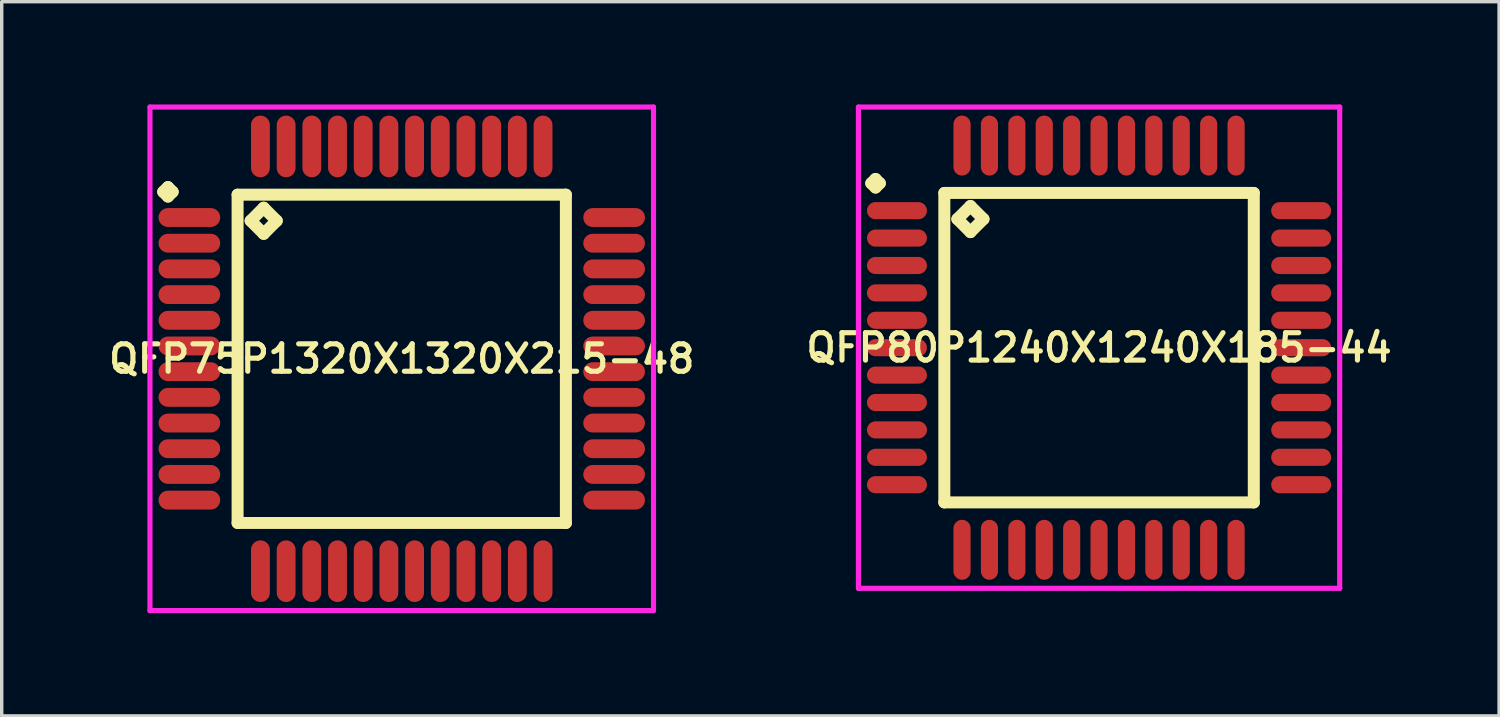
<source format=kicad_pcb>
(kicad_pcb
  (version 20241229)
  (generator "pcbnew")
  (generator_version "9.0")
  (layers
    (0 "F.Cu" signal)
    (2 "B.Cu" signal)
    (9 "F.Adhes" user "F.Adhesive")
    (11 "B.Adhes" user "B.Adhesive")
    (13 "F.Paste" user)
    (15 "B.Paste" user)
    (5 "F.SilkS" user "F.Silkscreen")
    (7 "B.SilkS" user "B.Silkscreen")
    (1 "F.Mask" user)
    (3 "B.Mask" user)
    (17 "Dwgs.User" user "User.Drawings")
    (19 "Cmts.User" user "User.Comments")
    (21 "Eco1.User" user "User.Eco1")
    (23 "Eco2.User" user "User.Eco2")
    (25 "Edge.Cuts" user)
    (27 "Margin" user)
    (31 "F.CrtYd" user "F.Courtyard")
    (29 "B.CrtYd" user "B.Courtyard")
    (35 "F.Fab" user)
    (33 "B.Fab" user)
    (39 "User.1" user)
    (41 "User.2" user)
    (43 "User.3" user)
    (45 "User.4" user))
  (footprint "QFP75P1320X1320X215-48"
    (layer "F.Cu")
    (at 8.678 7.425)
    (property "Reference" "QFP75P1320X1320X215-48" (at 0 0 0) (layer "F.SilkS") (effects (font (size 0.8 0.8) (thickness 0.15))))
    (attr smd)
    (fp_line (start -6.963 -4.875) (end -6.825 -5.013) (stroke (width 0.35) (type solid)) (layer "F.SilkS"))
    (fp_line (start -6.825 -5.013) (end -6.688 -4.875) (stroke (width 0.35) (type solid)) (layer "F.SilkS"))
    (fp_line (start -6.825 -4.737) (end -6.963 -4.875) (stroke (width 0.35) (type solid)) (layer "F.SilkS"))
    (fp_line (start -6.688 -4.875) (end -6.825 -4.737) (stroke (width 0.35) (type solid)) (layer "F.SilkS"))
    (fp_line (start -4.792 -4.792) (end -4.792 4.792) (stroke (width 0.35) (type solid)) (layer "F.SilkS"))
    (fp_line (start -4.792 4.792) (end 4.792 4.792) (stroke (width 0.35) (type solid)) (layer "F.SilkS"))
    (fp_line (start -4.411 -4.03) (end -4.03 -4.411) (stroke (width 0.35) (type solid)) (layer "F.SilkS"))
    (fp_line (start -4.03 -4.411) (end -3.649 -4.03) (stroke (width 0.35) (type solid)) (layer "F.SilkS"))
    (fp_line (start -4.03 -3.649) (end -4.411 -4.03) (stroke (width 0.35) (type solid)) (layer "F.SilkS"))
    (fp_line (start -3.649 -4.03) (end -4.03 -3.649) (stroke (width 0.35) (type solid)) (layer "F.SilkS"))
    (fp_line (start 4.792 -4.792) (end -4.792 -4.792) (stroke (width 0.35) (type solid)) (layer "F.SilkS"))
    (fp_line (start 4.792 4.792) (end 4.792 -4.792) (stroke (width 0.35) (type solid)) (layer "F.SilkS"))
    (fp_line (start -7.35 -7.35) (end 7.35 -7.35) (stroke (width 0.15) (type solid)) (layer "F.CrtYd"))
    (fp_line (start -7.35 7.35) (end -7.35 -7.35) (stroke (width 0.15) (type solid)) (layer "F.CrtYd"))
    (fp_line (start 7.35 -7.35) (end 7.35 7.35) (stroke (width 0.15) (type solid)) (layer "F.CrtYd"))
    (fp_line (start 7.35 7.35) (end -7.35 7.35) (stroke (width 0.15) (type solid)) (layer "F.CrtYd"))
    (pad "1" smd oval (at -6.2 -4.125) (size 1.8 0.55) (layers "F.Cu" "F.Mask" "F.Paste"))
    (pad "2" smd oval (at -6.2 -3.375) (size 1.8 0.55) (layers "F.Cu" "F.Mask" "F.Paste"))
    (pad "3" smd oval (at -6.2 -2.625) (size 1.8 0.55) (layers "F.Cu" "F.Mask" "F.Paste"))
    (pad "4" smd oval (at -6.2 -1.875) (size 1.8 0.55) (layers "F.Cu" "F.Mask" "F.Paste"))
    (pad "5" smd oval (at -6.2 -1.125) (size 1.8 0.55) (layers "F.Cu" "F.Mask" "F.Paste"))
    (pad "6" smd oval (at -6.2 -0.375) (size 1.8 0.55) (layers "F.Cu" "F.Mask" "F.Paste"))
    (pad "7" smd oval (at -6.2 0.375) (size 1.8 0.55) (layers "F.Cu" "F.Mask" "F.Paste"))
    (pad "8" smd oval (at -6.2 1.125) (size 1.8 0.55) (layers "F.Cu" "F.Mask" "F.Paste"))
    (pad "9" smd oval (at -6.2 1.875) (size 1.8 0.55) (layers "F.Cu" "F.Mask" "F.Paste"))
    (pad "10" smd oval (at -6.2 2.625) (size 1.8 0.55) (layers "F.Cu" "F.Mask" "F.Paste"))
    (pad "11" smd oval (at -6.2 3.375) (size 1.8 0.55) (layers "F.Cu" "F.Mask" "F.Paste"))
    (pad "12" smd oval (at -6.2 4.125) (size 1.8 0.55) (layers "F.Cu" "F.Mask" "F.Paste"))
    (pad "13" smd oval (at -4.125 6.2) (size 0.55 1.8) (layers "F.Cu" "F.Mask" "F.Paste"))
    (pad "14" smd oval (at -3.375 6.2) (size 0.55 1.8) (layers "F.Cu" "F.Mask" "F.Paste"))
    (pad "15" smd oval (at -2.625 6.2) (size 0.55 1.8) (layers "F.Cu" "F.Mask" "F.Paste"))
    (pad "16" smd oval (at -1.875 6.2) (size 0.55 1.8) (layers "F.Cu" "F.Mask" "F.Paste"))
    (pad "17" smd oval (at -1.125 6.2) (size 0.55 1.8) (layers "F.Cu" "F.Mask" "F.Paste"))
    (pad "18" smd oval (at -0.375 6.2) (size 0.55 1.8) (layers "F.Cu" "F.Mask" "F.Paste"))
    (pad "19" smd oval (at 0.375 6.2) (size 0.55 1.8) (layers "F.Cu" "F.Mask" "F.Paste"))
    (pad "20" smd oval (at 1.125 6.2) (size 0.55 1.8) (layers "F.Cu" "F.Mask" "F.Paste"))
    (pad "21" smd oval (at 1.875 6.2) (size 0.55 1.8) (layers "F.Cu" "F.Mask" "F.Paste"))
    (pad "22" smd oval (at 2.625 6.2) (size 0.55 1.8) (layers "F.Cu" "F.Mask" "F.Paste"))
    (pad "23" smd oval (at 3.375 6.2) (size 0.55 1.8) (layers "F.Cu" "F.Mask" "F.Paste"))
    (pad "24" smd oval (at 4.125 6.2) (size 0.55 1.8) (layers "F.Cu" "F.Mask" "F.Paste"))
    (pad "25" smd oval (at 6.2 4.125) (size 1.8 0.55) (layers "F.Cu" "F.Mask" "F.Paste"))
    (pad "26" smd oval (at 6.2 3.375) (size 1.8 0.55) (layers "F.Cu" "F.Mask" "F.Paste"))
    (pad "27" smd oval (at 6.2 2.625) (size 1.8 0.55) (layers "F.Cu" "F.Mask" "F.Paste"))
    (pad "28" smd oval (at 6.2 1.875) (size 1.8 0.55) (layers "F.Cu" "F.Mask" "F.Paste"))
    (pad "29" smd oval (at 6.2 1.125) (size 1.8 0.55) (layers "F.Cu" "F.Mask" "F.Paste"))
    (pad "30" smd oval (at 6.2 0.375) (size 1.8 0.55) (layers "F.Cu" "F.Mask" "F.Paste"))
    (pad "31" smd oval (at 6.2 -0.375) (size 1.8 0.55) (layers "F.Cu" "F.Mask" "F.Paste"))
    (pad "32" smd oval (at 6.2 -1.125) (size 1.8 0.55) (layers "F.Cu" "F.Mask" "F.Paste"))
    (pad "33" smd oval (at 6.2 -1.875) (size 1.8 0.55) (layers "F.Cu" "F.Mask" "F.Paste"))
    (pad "34" smd oval (at 6.2 -2.625) (size 1.8 0.55) (layers "F.Cu" "F.Mask" "F.Paste"))
    (pad "35" smd oval (at 6.2 -3.375) (size 1.8 0.55) (layers "F.Cu" "F.Mask" "F.Paste"))
    (pad "36" smd oval (at 6.2 -4.125) (size 1.8 0.55) (layers "F.Cu" "F.Mask" "F.Paste"))
    (pad "37" smd oval (at 4.125 -6.2) (size 0.55 1.8) (layers "F.Cu" "F.Mask" "F.Paste"))
    (pad "38" smd oval (at 3.375 -6.2) (size 0.55 1.8) (layers "F.Cu" "F.Mask" "F.Paste"))
    (pad "39" smd oval (at 2.625 -6.2) (size 0.55 1.8) (layers "F.Cu" "F.Mask" "F.Paste"))
    (pad "40" smd oval (at 1.875 -6.2) (size 0.55 1.8) (layers "F.Cu" "F.Mask" "F.Paste"))
    (pad "41" smd oval (at 1.125 -6.2) (size 0.55 1.8) (layers "F.Cu" "F.Mask" "F.Paste"))
    (pad "42" smd oval (at 0.375 -6.2) (size 0.55 1.8) (layers "F.Cu" "F.Mask" "F.Paste"))
    (pad "43" smd oval (at -0.375 -6.2) (size 0.55 1.8) (layers "F.Cu" "F.Mask" "F.Paste"))
    (pad "44" smd oval (at -1.125 -6.2) (size 0.55 1.8) (layers "F.Cu" "F.Mask" "F.Paste"))
    (pad "45" smd oval (at -1.875 -6.2) (size 0.55 1.8) (layers "F.Cu" "F.Mask" "F.Paste"))
    (pad "46" smd oval (at -2.625 -6.2) (size 0.55 1.8) (layers "F.Cu" "F.Mask" "F.Paste"))
    (pad "47" smd oval (at -3.375 -6.2) (size 0.55 1.8) (layers "F.Cu" "F.Mask" "F.Paste"))
    (pad "48" smd oval (at -4.125 -6.2) (size 0.55 1.8) (layers "F.Cu" "F.Mask" "F.Paste")))
  (footprint "QFP80P1240X1240X185-44"
    (layer "F.Cu")
    (at 29.035 7.1)
    (property "Reference" "QFP80P1240X1240X185-44" (at 0 0 0) (layer "F.SilkS") (effects (font (size 0.8 0.8) (thickness 0.15))))
    (attr smd)
    (fp_line (start -6.65 -4.8) (end -6.525 -4.925) (stroke (width 0.35) (type solid)) (layer "F.SilkS"))
    (fp_line (start -6.525 -4.925) (end -6.4 -4.8) (stroke (width 0.35) (type solid)) (layer "F.SilkS"))
    (fp_line (start -6.525 -4.675) (end -6.65 -4.8) (stroke (width 0.35) (type solid)) (layer "F.SilkS"))
    (fp_line (start -6.4 -4.8) (end -6.525 -4.675) (stroke (width 0.35) (type solid)) (layer "F.SilkS"))
    (fp_line (start -4.517 -4.517) (end -4.517 4.517) (stroke (width 0.35) (type solid)) (layer "F.SilkS"))
    (fp_line (start -4.517 4.517) (end 4.517 4.517) (stroke (width 0.35) (type solid)) (layer "F.SilkS"))
    (fp_line (start -4.136 -3.755) (end -3.755 -4.136) (stroke (width 0.35) (type solid)) (layer "F.SilkS"))
    (fp_line (start -3.755 -4.136) (end -3.374 -3.755) (stroke (width 0.35) (type solid)) (layer "F.SilkS"))
    (fp_line (start -3.755 -3.374) (end -4.136 -3.755) (stroke (width 0.35) (type solid)) (layer "F.SilkS"))
    (fp_line (start -3.374 -3.755) (end -3.755 -3.374) (stroke (width 0.35) (type solid)) (layer "F.SilkS"))
    (fp_line (start 4.517 -4.517) (end -4.517 -4.517) (stroke (width 0.35) (type solid)) (layer "F.SilkS"))
    (fp_line (start 4.517 4.517) (end 4.517 -4.517) (stroke (width 0.35) (type solid)) (layer "F.SilkS"))
    (fp_line (start -7.025 -7.025) (end 7.025 -7.025) (stroke (width 0.15) (type solid)) (layer "F.CrtYd"))
    (fp_line (start -7.025 7.025) (end -7.025 -7.025) (stroke (width 0.15) (type solid)) (layer "F.CrtYd"))
    (fp_line (start 7.025 -7.025) (end 7.025 7.025) (stroke (width 0.15) (type solid)) (layer "F.CrtYd"))
    (fp_line (start 7.025 7.025) (end -7.025 7.025) (stroke (width 0.15) (type solid)) (layer "F.CrtYd"))
    (pad "1" smd oval (at -5.9 -4) (size 1.75 0.5) (layers "F.Cu" "F.Mask" "F.Paste"))
    (pad "2" smd oval (at -5.9 -3.2) (size 1.75 0.5) (layers "F.Cu" "F.Mask" "F.Paste"))
    (pad "3" smd oval (at -5.9 -2.4) (size 1.75 0.5) (layers "F.Cu" "F.Mask" "F.Paste"))
    (pad "4" smd oval (at -5.9 -1.6) (size 1.75 0.5) (layers "F.Cu" "F.Mask" "F.Paste"))
    (pad "5" smd oval (at -5.9 -0.8) (size 1.75 0.5) (layers "F.Cu" "F.Mask" "F.Paste"))
    (pad "6" smd oval (at -5.9 0) (size 1.75 0.5) (layers "F.Cu" "F.Mask" "F.Paste"))
    (pad "7" smd oval (at -5.9 0.8) (size 1.75 0.5) (layers "F.Cu" "F.Mask" "F.Paste"))
    (pad "8" smd oval (at -5.9 1.6) (size 1.75 0.5) (layers "F.Cu" "F.Mask" "F.Paste"))
    (pad "9" smd oval (at -5.9 2.4) (size 1.75 0.5) (layers "F.Cu" "F.Mask" "F.Paste"))
    (pad "10" smd oval (at -5.9 3.2) (size 1.75 0.5) (layers "F.Cu" "F.Mask" "F.Paste"))
    (pad "11" smd oval (at -5.9 4) (size 1.75 0.5) (layers "F.Cu" "F.Mask" "F.Paste"))
    (pad "12" smd oval (at -4 5.9) (size 0.5 1.75) (layers "F.Cu" "F.Mask" "F.Paste"))
    (pad "13" smd oval (at -3.2 5.9) (size 0.5 1.75) (layers "F.Cu" "F.Mask" "F.Paste"))
    (pad "14" smd oval (at -2.4 5.9) (size 0.5 1.75) (layers "F.Cu" "F.Mask" "F.Paste"))
    (pad "15" smd oval (at -1.6 5.9) (size 0.5 1.75) (layers "F.Cu" "F.Mask" "F.Paste"))
    (pad "16" smd oval (at -0.8 5.9) (size 0.5 1.75) (layers "F.Cu" "F.Mask" "F.Paste"))
    (pad "17" smd oval (at 0 5.9) (size 0.5 1.75) (layers "F.Cu" "F.Mask" "F.Paste"))
    (pad "18" smd oval (at 0.8 5.9) (size 0.5 1.75) (layers "F.Cu" "F.Mask" "F.Paste"))
    (pad "19" smd oval (at 1.6 5.9) (size 0.5 1.75) (layers "F.Cu" "F.Mask" "F.Paste"))
    (pad "20" smd oval (at 2.4 5.9) (size 0.5 1.75) (layers "F.Cu" "F.Mask" "F.Paste"))
    (pad "21" smd oval (at 3.2 5.9) (size 0.5 1.75) (layers "F.Cu" "F.Mask" "F.Paste"))
    (pad "22" smd oval (at 4 5.9) (size 0.5 1.75) (layers "F.Cu" "F.Mask" "F.Paste"))
    (pad "23" smd oval (at 5.9 4) (size 1.75 0.5) (layers "F.Cu" "F.Mask" "F.Paste"))
    (pad "24" smd oval (at 5.9 3.2) (size 1.75 0.5) (layers "F.Cu" "F.Mask" "F.Paste"))
    (pad "25" smd oval (at 5.9 2.4) (size 1.75 0.5) (layers "F.Cu" "F.Mask" "F.Paste"))
    (pad "26" smd oval (at 5.9 1.6) (size 1.75 0.5) (layers "F.Cu" "F.Mask" "F.Paste"))
    (pad "27" smd oval (at 5.9 0.8) (size 1.75 0.5) (layers "F.Cu" "F.Mask" "F.Paste"))
    (pad "28" smd oval (at 5.9 0) (size 1.75 0.5) (layers "F.Cu" "F.Mask" "F.Paste"))
    (pad "29" smd oval (at 5.9 -0.8) (size 1.75 0.5) (layers "F.Cu" "F.Mask" "F.Paste"))
    (pad "30" smd oval (at 5.9 -1.6) (size 1.75 0.5) (layers "F.Cu" "F.Mask" "F.Paste"))
    (pad "31" smd oval (at 5.9 -2.4) (size 1.75 0.5) (layers "F.Cu" "F.Mask" "F.Paste"))
    (pad "32" smd oval (at 5.9 -3.2) (size 1.75 0.5) (layers "F.Cu" "F.Mask" "F.Paste"))
    (pad "33" smd oval (at 5.9 -4) (size 1.75 0.5) (layers "F.Cu" "F.Mask" "F.Paste"))
    (pad "34" smd oval (at 4 -5.9) (size 0.5 1.75) (layers "F.Cu" "F.Mask" "F.Paste"))
    (pad "35" smd oval (at 3.2 -5.9) (size 0.5 1.75) (layers "F.Cu" "F.Mask" "F.Paste"))
    (pad "36" smd oval (at 2.4 -5.9) (size 0.5 1.75) (layers "F.Cu" "F.Mask" "F.Paste"))
    (pad "37" smd oval (at 1.6 -5.9) (size 0.5 1.75) (layers "F.Cu" "F.Mask" "F.Paste"))
    (pad "38" smd oval (at 0.8 -5.9) (size 0.5 1.75) (layers "F.Cu" "F.Mask" "F.Paste"))
    (pad "39" smd oval (at 0 -5.9) (size 0.5 1.75) (layers "F.Cu" "F.Mask" "F.Paste"))
    (pad "40" smd oval (at -0.8 -5.9) (size 0.5 1.75) (layers "F.Cu" "F.Mask" "F.Paste"))
    (pad "41" smd oval (at -1.6 -5.9) (size 0.5 1.75) (layers "F.Cu" "F.Mask" "F.Paste"))
    (pad "42" smd oval (at -2.4 -5.9) (size 0.5 1.75) (layers "F.Cu" "F.Mask" "F.Paste"))
    (pad "43" smd oval (at -3.2 -5.9) (size 0.5 1.75) (layers "F.Cu" "F.Mask" "F.Paste"))
    (pad "44" smd oval (at -4 -5.9) (size 0.5 1.75) (layers "F.Cu" "F.Mask" "F.Paste")))
  (gr_rect
    (start -3 -3)
    (end 40.713 17.85)
    (stroke (width 0.1) (type default))
    (fill no)
    (layer "Edge.Cuts")))
</source>
